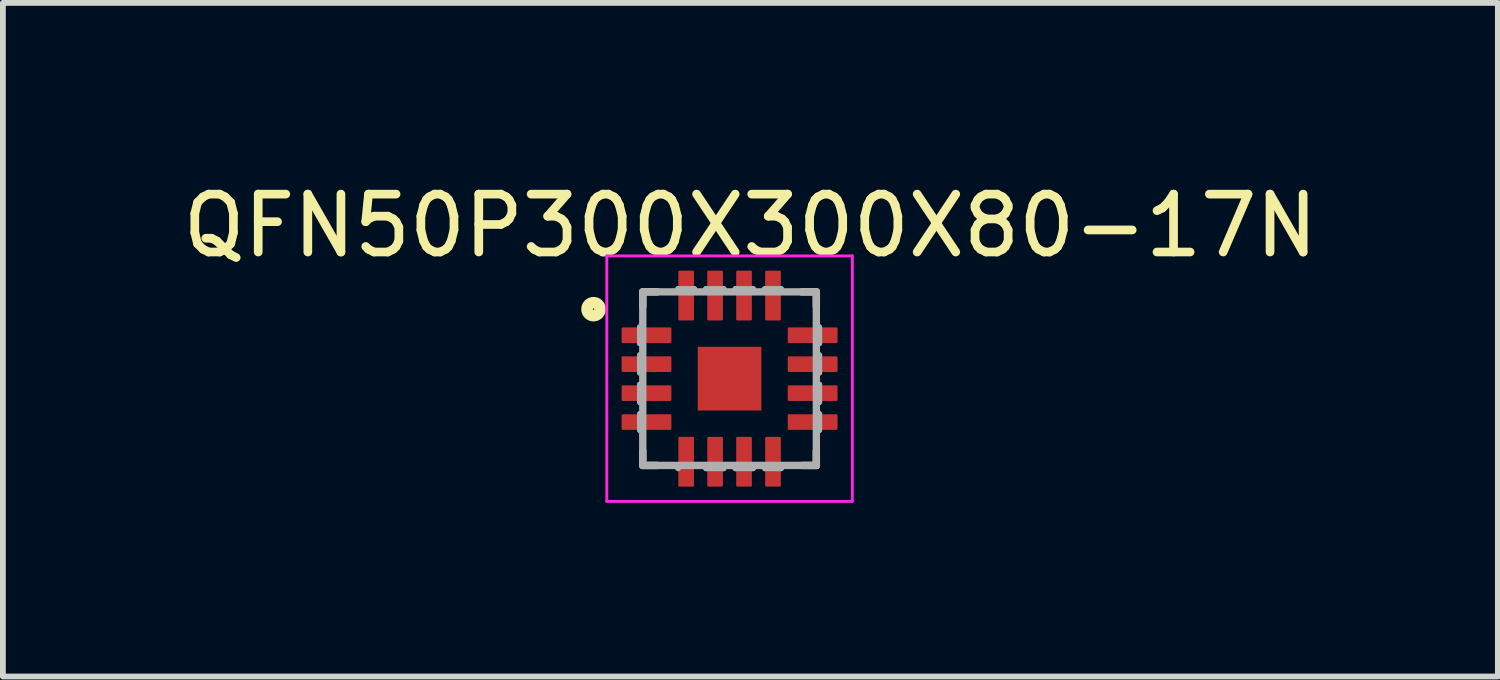
<source format=kicad_pcb>
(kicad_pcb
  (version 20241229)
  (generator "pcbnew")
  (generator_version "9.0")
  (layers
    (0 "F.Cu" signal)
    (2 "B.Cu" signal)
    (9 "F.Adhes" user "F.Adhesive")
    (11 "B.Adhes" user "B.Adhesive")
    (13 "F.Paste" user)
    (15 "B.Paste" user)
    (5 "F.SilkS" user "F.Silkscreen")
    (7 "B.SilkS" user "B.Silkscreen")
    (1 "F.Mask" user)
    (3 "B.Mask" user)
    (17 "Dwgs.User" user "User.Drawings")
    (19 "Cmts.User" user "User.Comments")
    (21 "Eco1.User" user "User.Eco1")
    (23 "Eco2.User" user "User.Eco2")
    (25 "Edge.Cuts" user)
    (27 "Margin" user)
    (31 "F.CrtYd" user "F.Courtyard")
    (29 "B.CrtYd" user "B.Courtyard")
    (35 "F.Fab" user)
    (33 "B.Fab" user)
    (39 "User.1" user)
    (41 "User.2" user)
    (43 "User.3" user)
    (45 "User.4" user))
  (footprint "QFN50P300X300X80-17N"
    (layer "F.Cu")
    (at 9.551 3.49)
    (property "Reference" "QFN50P300X300X80-17N" (at 0.359 -2.642 0) (layer "F.SilkS") (effects (font (size 1 1) (thickness 0.15))))
    (attr through_hole)
    (fp_line (start -1.499 -1.499) (end -1.499 -1.245) (stroke (width 0.127) (type solid)) (layer "F.SilkS"))
    (fp_line (start -1.499 1.245) (end -1.499 1.499) (stroke (width 0.127) (type solid)) (layer "F.SilkS"))
    (fp_line (start -1.499 1.499) (end -1.245 1.499) (stroke (width 0.127) (type solid)) (layer "F.SilkS"))
    (fp_line (start -1.245 -1.499) (end -1.499 -1.499) (stroke (width 0.127) (type solid)) (layer "F.SilkS"))
    (fp_line (start 1.245 1.499) (end 1.499 1.499) (stroke (width 0.127) (type solid)) (layer "F.SilkS"))
    (fp_line (start 1.499 -1.499) (end 1.245 -1.499) (stroke (width 0.127) (type solid)) (layer "F.SilkS"))
    (fp_line (start 1.499 -1.245) (end 1.499 -1.499) (stroke (width 0.127) (type solid)) (layer "F.SilkS"))
    (fp_line (start 1.499 1.499) (end 1.499 1.245) (stroke (width 0.127) (type solid)) (layer "F.SilkS"))
    (fp_circle (center -2.35 -1.2) (end -2.238 -1.2) (stroke (width 0.2) (type solid)) (fill no) (layer "F.SilkS"))
    (fp_poly (pts (xy -0.389 -0.389) (xy 0.389 -0.389) (xy 0.389 0.389) (xy -0.389 0.389)) (stroke (width 0.01) (type solid)) (fill yes) (layer "F.Paste"))
    (fp_line (start -2.12 -2.12) (end 2.12 -2.12) (stroke (width 0.05) (type solid)) (layer "F.CrtYd"))
    (fp_line (start -2.12 2.12) (end -2.12 -2.12) (stroke (width 0.05) (type solid)) (layer "F.CrtYd"))
    (fp_line (start 2.12 -2.12) (end 2.12 2.12) (stroke (width 0.05) (type solid)) (layer "F.CrtYd"))
    (fp_line (start 2.12 2.12) (end -2.12 2.12) (stroke (width 0.05) (type solid)) (layer "F.CrtYd"))
    (fp_line (start -1.549 -0.889) (end -1.549 -0.61) (stroke (width 0.1) (type solid)) (layer "F.Fab"))
    (fp_line (start -1.549 -0.61) (end -1.499 -0.61) (stroke (width 0.1) (type solid)) (layer "F.Fab"))
    (fp_line (start -1.549 -0.406) (end -1.549 -0.102) (stroke (width 0.1) (type solid)) (layer "F.Fab"))
    (fp_line (start -1.549 -0.102) (end -1.499 -0.102) (stroke (width 0.1) (type solid)) (layer "F.Fab"))
    (fp_line (start -1.549 0.102) (end -1.549 0.406) (stroke (width 0.1) (type solid)) (layer "F.Fab"))
    (fp_line (start -1.549 0.406) (end -1.499 0.406) (stroke (width 0.1) (type solid)) (layer "F.Fab"))
    (fp_line (start -1.549 0.61) (end -1.549 0.889) (stroke (width 0.1) (type solid)) (layer "F.Fab"))
    (fp_line (start -1.549 0.889) (end -1.499 0.889) (stroke (width 0.1) (type solid)) (layer "F.Fab"))
    (fp_line (start -1.499 -1.499) (end -1.499 1.499) (stroke (width 0.127) (type solid)) (layer "F.Fab"))
    (fp_line (start -1.499 -0.889) (end -1.549 -0.889) (stroke (width 0.1) (type solid)) (layer "F.Fab"))
    (fp_line (start -1.499 -0.61) (end -1.499 -0.889) (stroke (width 0.1) (type solid)) (layer "F.Fab"))
    (fp_line (start -1.499 -0.406) (end -1.549 -0.406) (stroke (width 0.1) (type solid)) (layer "F.Fab"))
    (fp_line (start -1.499 -0.102) (end -1.499 -0.406) (stroke (width 0.1) (type solid)) (layer "F.Fab"))
    (fp_line (start -1.499 0.102) (end -1.549 0.102) (stroke (width 0.1) (type solid)) (layer "F.Fab"))
    (fp_line (start -1.499 0.406) (end -1.499 0.102) (stroke (width 0.1) (type solid)) (layer "F.Fab"))
    (fp_line (start -1.499 0.61) (end -1.549 0.61) (stroke (width 0.1) (type solid)) (layer "F.Fab"))
    (fp_line (start -1.499 0.889) (end -1.499 0.61) (stroke (width 0.1) (type solid)) (layer "F.Fab"))
    (fp_line (start -1.499 1.499) (end 1.499 1.499) (stroke (width 0.127) (type solid)) (layer "F.Fab"))
    (fp_line (start -0.889 -1.549) (end -0.889 -1.499) (stroke (width 0.1) (type solid)) (layer "F.Fab"))
    (fp_line (start -0.889 -1.499) (end -0.61 -1.499) (stroke (width 0.1) (type solid)) (layer "F.Fab"))
    (fp_line (start -0.889 1.499) (end -0.889 1.549) (stroke (width 0.1) (type solid)) (layer "F.Fab"))
    (fp_line (start -0.61 -1.549) (end -0.889 -1.549) (stroke (width 0.1) (type solid)) (layer "F.Fab"))
    (fp_line (start -0.61 -1.499) (end -0.61 -1.549) (stroke (width 0.1) (type solid)) (layer "F.Fab"))
    (fp_line (start -0.61 1.499) (end -0.889 1.499) (stroke (width 0.1) (type solid)) (layer "F.Fab"))
    (fp_line (start -0.406 -1.549) (end -0.406 -1.499) (stroke (width 0.1) (type solid)) (layer "F.Fab"))
    (fp_line (start -0.406 -1.499) (end -0.102 -1.499) (stroke (width 0.1) (type solid)) (layer "F.Fab"))
    (fp_line (start -0.406 1.499) (end -0.406 1.549) (stroke (width 0.1) (type solid)) (layer "F.Fab"))
    (fp_line (start -0.406 1.549) (end -0.102 1.549) (stroke (width 0.1) (type solid)) (layer "F.Fab"))
    (fp_line (start -0.102 -1.549) (end -0.406 -1.549) (stroke (width 0.1) (type solid)) (layer "F.Fab"))
    (fp_line (start -0.102 -1.499) (end -0.102 -1.549) (stroke (width 0.1) (type solid)) (layer "F.Fab"))
    (fp_line (start -0.102 1.499) (end -0.406 1.499) (stroke (width 0.1) (type solid)) (layer "F.Fab"))
    (fp_line (start -0.102 1.549) (end -0.102 1.499) (stroke (width 0.1) (type solid)) (layer "F.Fab"))
    (fp_line (start 0.102 -1.549) (end 0.102 -1.499) (stroke (width 0.1) (type solid)) (layer "F.Fab"))
    (fp_line (start 0.102 -1.499) (end 0.406 -1.499) (stroke (width 0.1) (type solid)) (layer "F.Fab"))
    (fp_line (start 0.102 1.499) (end 0.102 1.549) (stroke (width 0.1) (type solid)) (layer "F.Fab"))
    (fp_line (start 0.102 1.549) (end 0.406 1.549) (stroke (width 0.1) (type solid)) (layer "F.Fab"))
    (fp_line (start 0.406 -1.549) (end 0.102 -1.549) (stroke (width 0.1) (type solid)) (layer "F.Fab"))
    (fp_line (start 0.406 -1.499) (end 0.406 -1.549) (stroke (width 0.1) (type solid)) (layer "F.Fab"))
    (fp_line (start 0.406 1.499) (end 0.102 1.499) (stroke (width 0.1) (type solid)) (layer "F.Fab"))
    (fp_line (start 0.406 1.549) (end 0.406 1.499) (stroke (width 0.1) (type solid)) (layer "F.Fab"))
    (fp_line (start 0.61 -1.549) (end 0.61 -1.499) (stroke (width 0.1) (type solid)) (layer "F.Fab"))
    (fp_line (start 0.61 -1.499) (end 0.889 -1.499) (stroke (width 0.1) (type solid)) (layer "F.Fab"))
    (fp_line (start 0.61 1.499) (end 0.61 1.549) (stroke (width 0.1) (type solid)) (layer "F.Fab"))
    (fp_line (start 0.61 1.549) (end 0.889 1.549) (stroke (width 0.1) (type solid)) (layer "F.Fab"))
    (fp_line (start 0.889 -1.549) (end 0.61 -1.549) (stroke (width 0.1) (type solid)) (layer "F.Fab"))
    (fp_line (start 0.889 -1.499) (end 0.889 -1.549) (stroke (width 0.1) (type solid)) (layer "F.Fab"))
    (fp_line (start 0.889 1.499) (end 0.61 1.499) (stroke (width 0.1) (type solid)) (layer "F.Fab"))
    (fp_line (start 0.889 1.549) (end 0.889 1.499) (stroke (width 0.1) (type solid)) (layer "F.Fab"))
    (fp_line (start 1.499 -1.499) (end -1.499 -1.499) (stroke (width 0.127) (type solid)) (layer "F.Fab"))
    (fp_line (start 1.499 -0.889) (end 1.499 -0.61) (stroke (width 0.1) (type solid)) (layer "F.Fab"))
    (fp_line (start 1.499 -0.61) (end 1.549 -0.61) (stroke (width 0.1) (type solid)) (layer "F.Fab"))
    (fp_line (start 1.499 -0.406) (end 1.499 -0.102) (stroke (width 0.1) (type solid)) (layer "F.Fab"))
    (fp_line (start 1.499 -0.102) (end 1.549 -0.102) (stroke (width 0.1) (type solid)) (layer "F.Fab"))
    (fp_line (start 1.499 0.102) (end 1.499 0.406) (stroke (width 0.1) (type solid)) (layer "F.Fab"))
    (fp_line (start 1.499 0.406) (end 1.549 0.406) (stroke (width 0.1) (type solid)) (layer "F.Fab"))
    (fp_line (start 1.499 0.61) (end 1.499 0.889) (stroke (width 0.1) (type solid)) (layer "F.Fab"))
    (fp_line (start 1.499 0.889) (end 1.549 0.889) (stroke (width 0.1) (type solid)) (layer "F.Fab"))
    (fp_line (start 1.499 1.499) (end 1.499 -1.499) (stroke (width 0.127) (type solid)) (layer "F.Fab"))
    (fp_line (start 1.549 -0.889) (end 1.499 -0.889) (stroke (width 0.1) (type solid)) (layer "F.Fab"))
    (fp_line (start 1.549 -0.61) (end 1.549 -0.889) (stroke (width 0.1) (type solid)) (layer "F.Fab"))
    (fp_line (start 1.549 -0.406) (end 1.499 -0.406) (stroke (width 0.1) (type solid)) (layer "F.Fab"))
    (fp_line (start 1.549 -0.102) (end 1.549 -0.406) (stroke (width 0.1) (type solid)) (layer "F.Fab"))
    (fp_line (start 1.549 0.102) (end 1.499 0.102) (stroke (width 0.1) (type solid)) (layer "F.Fab"))
    (fp_line (start 1.549 0.406) (end 1.549 0.102) (stroke (width 0.1) (type solid)) (layer "F.Fab"))
    (fp_line (start 1.549 0.61) (end 1.499 0.61) (stroke (width 0.1) (type solid)) (layer "F.Fab"))
    (fp_line (start 1.549 0.889) (end 1.549 0.61) (stroke (width 0.1) (type solid)) (layer "F.Fab"))
    (pad "1" smd roundrect (at -1.435 -0.75) (size 0.86 0.27) (layers "F.Cu" "F.Mask" "F.Paste") (roundrect_rratio 0.07))
    (pad "2" smd roundrect (at -1.435 -0.25) (size 0.86 0.27) (layers "F.Cu" "F.Mask" "F.Paste") (roundrect_rratio 0.07))
    (pad "3" smd roundrect (at -1.435 0.25) (size 0.86 0.27) (layers "F.Cu" "F.Mask" "F.Paste") (roundrect_rratio 0.07))
    (pad "4" smd roundrect (at -1.435 0.75) (size 0.86 0.27) (layers "F.Cu" "F.Mask" "F.Paste") (roundrect_rratio 0.07))
    (pad "5" smd roundrect (at -0.75 1.435 90) (size 0.86 0.27) (layers "F.Cu" "F.Mask" "F.Paste") (roundrect_rratio 0.07))
    (pad "6" smd roundrect (at -0.25 1.435 90) (size 0.86 0.27) (layers "F.Cu" "F.Mask" "F.Paste") (roundrect_rratio 0.07))
    (pad "7" smd roundrect (at 0.25 1.435 90) (size 0.86 0.27) (layers "F.Cu" "F.Mask" "F.Paste") (roundrect_rratio 0.07))
    (pad "8" smd roundrect (at 0.75 1.435 90) (size 0.86 0.27) (layers "F.Cu" "F.Mask" "F.Paste") (roundrect_rratio 0.07))
    (pad "9" smd roundrect (at 1.435 0.75 180) (size 0.86 0.27) (layers "F.Cu" "F.Mask" "F.Paste") (roundrect_rratio 0.07))
    (pad "10" smd roundrect (at 1.435 0.25 180) (size 0.86 0.27) (layers "F.Cu" "F.Mask" "F.Paste") (roundrect_rratio 0.07))
    (pad "11" smd roundrect (at 1.435 -0.25 180) (size 0.86 0.27) (layers "F.Cu" "F.Mask" "F.Paste") (roundrect_rratio 0.07))
    (pad "12" smd roundrect (at 1.435 -0.75 180) (size 0.86 0.27) (layers "F.Cu" "F.Mask" "F.Paste") (roundrect_rratio 0.07))
    (pad "13" smd roundrect (at 0.75 -1.435 270) (size 0.86 0.27) (layers "F.Cu" "F.Mask" "F.Paste") (roundrect_rratio 0.07))
    (pad "14" smd roundrect (at 0.25 -1.435 270) (size 0.86 0.27) (layers "F.Cu" "F.Mask" "F.Paste") (roundrect_rratio 0.07))
    (pad "15" smd roundrect (at -0.25 -1.435 270) (size 0.86 0.27) (layers "F.Cu" "F.Mask" "F.Paste") (roundrect_rratio 0.07))
    (pad "16" smd roundrect (at -0.75 -1.435 270) (size 0.86 0.27) (layers "F.Cu" "F.Mask" "F.Paste") (roundrect_rratio 0.07))
    (pad "17" smd rect (at 0 0) (size 1.1 1.1) (layers "F.Cu" "F.Mask")))
  (gr_rect
    (start -3 -3)
    (end 22.821 8.635)
    (stroke (width 0.1) (type default))
    (fill no)
    (layer "Edge.Cuts")))
</source>
